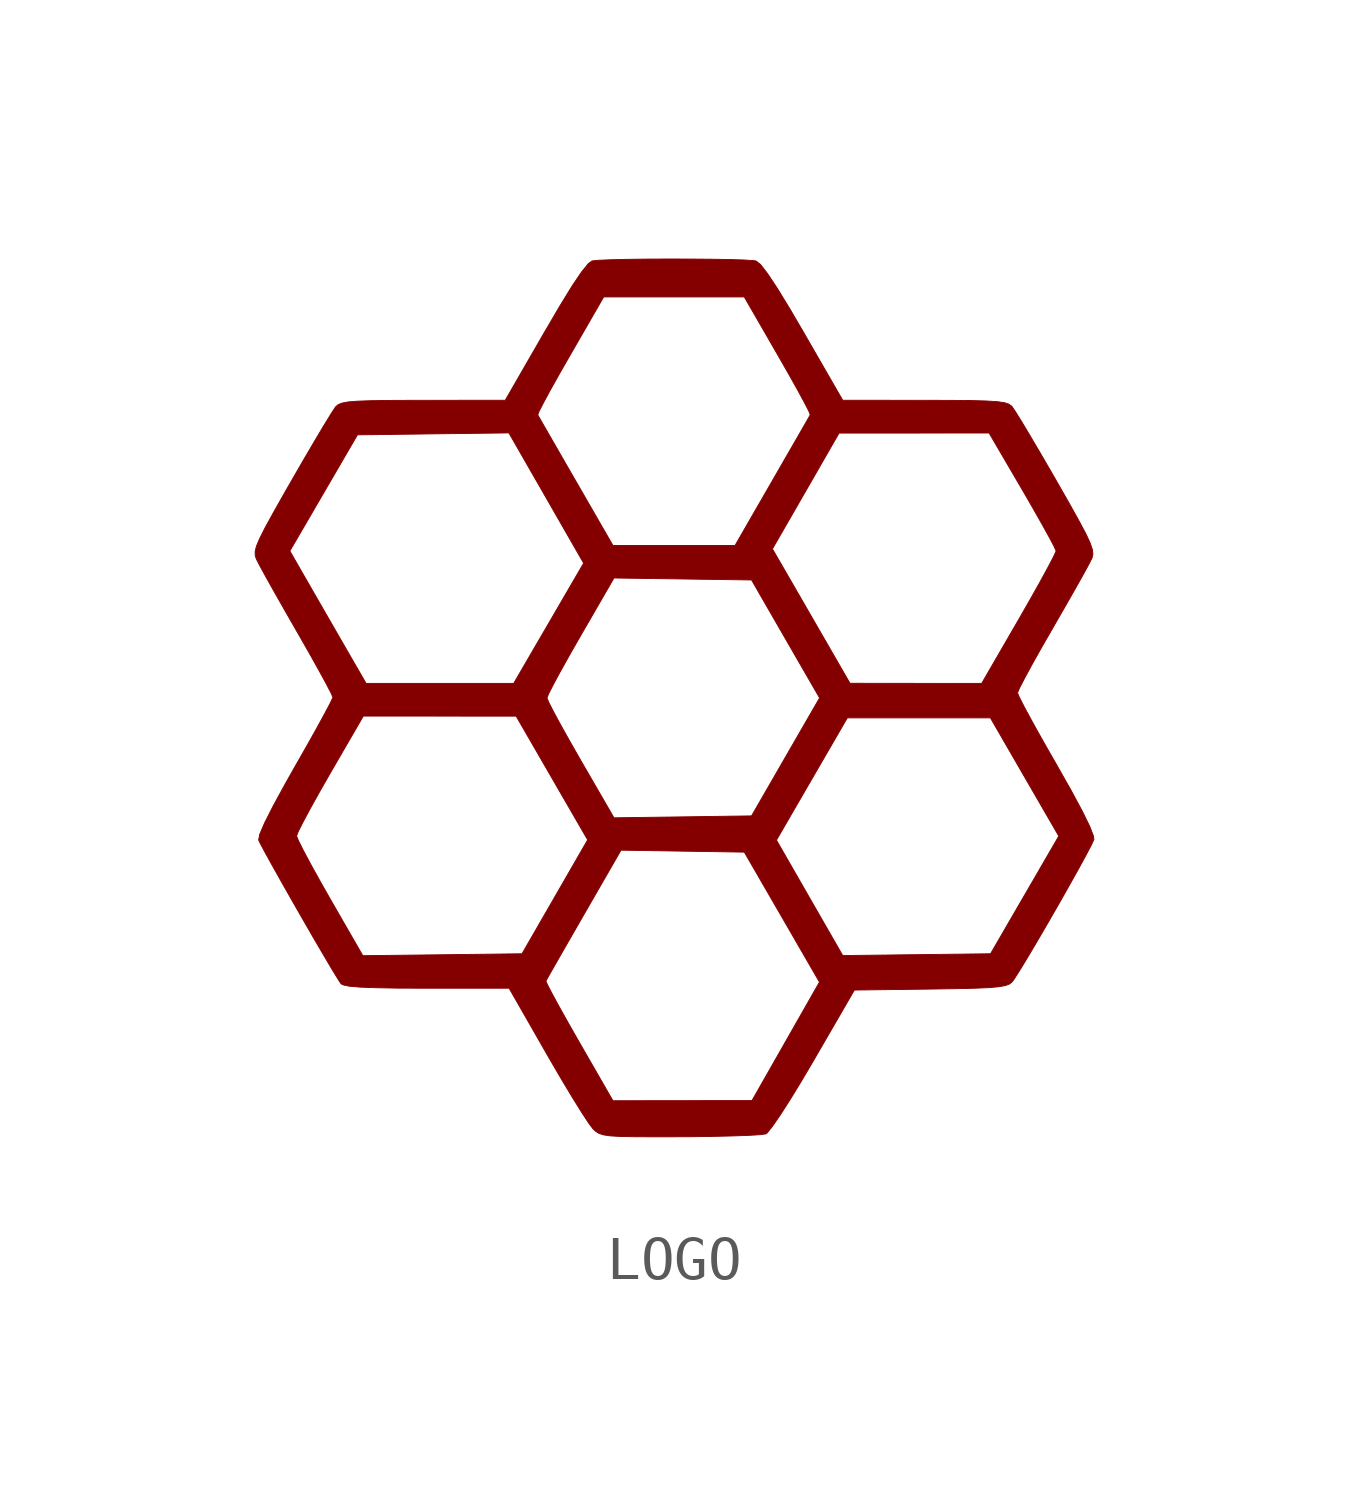
<source format=kicad_sym>
(kicad_symbol_lib
  (version 20210619)
  (generator bitmap2component)
  (symbol "LOGO"
    (pin_names
      (offset 1.016))
    (property "Reference" "#G"
      (at 0 12.065 0)
      (effects (font (size 1.27 1.27)) hide))
    (symbol "LOGO_0_0"
      (polyline (pts (xy 0.144 -10.239) (xy 0.354 -10.238) (xy 0.888 -10.231) (xy 1.362 -10.22) (xy 1.747 -10.206) (xy 2.018 -10.19) (xy 2.146 -10.171) (xy 2.176 -10.147) (xy 2.296 -9.997) (xy 2.479 -9.732) (xy 2.709 -9.373) (xy 2.972 -8.943) (xy 3.255 -8.463) (xy 4.209 -6.816) (xy 5.987 -6.793) (xy 6.523 -6.785) (xy 6.994 -6.774) (xy 7.338 -6.76) (xy 7.578 -6.739) (xy 7.735 -6.711) (xy 7.832 -6.673) (xy 7.891 -6.623) (xy 7.936 -6.562) (xy 8.065 -6.36) (xy 8.249 -6.058) (xy 8.471 -5.683) (xy 8.717 -5.261) (xy 8.97 -4.822) (xy 9.214 -4.391) (xy 9.435 -3.996) (xy 9.616 -3.664) (xy 9.742 -3.424) (xy 9.797 -3.302) (xy 9.789 -3.229) (xy 9.703 -3.004) (xy 9.529 -2.647) (xy 9.269 -2.163) (xy 8.927 -1.559) (xy 8.826 -1.383) (xy 8.567 -0.928) (xy 8.344 -0.527) (xy 8.17 -0.204) (xy 8.056 0.018) (xy 8.015 0.117) (xy 8.015 0.119) (xy 8.06 0.227) (xy 8.178 0.455) (xy 8.353 0.779) (xy 8.575 1.174) (xy 8.829 1.616) (xy 8.829 1.616) (xy 9.09 2.07) (xy 9.328 2.486) (xy 9.526 2.838) (xy 9.669 3.098) (xy 9.742 3.239) (xy 9.756 3.271) (xy 9.774 3.356) (xy 9.762 3.463) (xy 9.711 3.613) (xy 9.612 3.826) (xy 9.454 4.123) (xy 9.23 4.525) (xy 8.929 5.053) (xy 8.831 5.223) (xy 8.561 5.689) (xy 8.317 6.102) (xy 8.115 6.441) (xy 7.967 6.679) (xy 7.889 6.795) (xy 7.874 6.811) (xy 7.811 6.855) (xy 7.709 6.889) (xy 7.545 6.912) (xy 7.3 6.928) (xy 6.95 6.938) (xy 6.474 6.942) (xy 5.85 6.944) (xy 3.937 6.945) (xy 3.014 8.546) (xy 2.709 9.068) (xy 2.412 9.555) (xy 2.183 9.9) (xy 2.019 10.112) (xy 1.914 10.195) (xy 1.855 10.204) (xy 1.632 10.218) (xy 1.29 10.229) (xy 0.859 10.236) (xy 0.373 10.24) (xy -0.137 10.241) (xy -0.638 10.239) (xy -1.098 10.233) (xy -1.486 10.223) (xy -1.768 10.211) (xy -1.914 10.195) (xy -1.998 10.133) (xy -2.153 9.943) (xy -2.372 9.619) (xy -2.657 9.155) (xy -3.014 8.546) (xy -3.937 6.945) (xy -5.85 6.944) (xy -6.056 6.944) (xy -6.633 6.941) (xy -7.069 6.935) (xy -7.385 6.924) (xy -7.604 6.906) (xy -7.746 6.879) (xy -7.835 6.843) (xy -7.891 6.795) (xy -7.91 6.77) (xy -8.014 6.609) (xy -8.016 6.605) (xy -3.179 6.605) (xy -3.148 6.686) (xy -3.043 6.89) (xy -2.879 7.194) (xy -2.667 7.572) (xy -2.421 8.002) (xy -1.64 9.356) (xy 1.64 9.356) (xy 2.421 8.002) (xy 2.663 7.579) (xy 2.876 7.2) (xy 3.041 6.895) (xy 3.147 6.689) (xy 3.179 6.605) (xy 3.175 6.598) (xy 3.109 6.482) (xy 2.975 6.248) (xy 2.785 5.918) (xy 2.552 5.514) (xy 2.29 5.059) (xy 1.424 3.556) (xy -1.424 3.556) (xy -2.29 5.059) (xy -2.356 5.173) (xy -2.612 5.617) (xy -2.835 6.005) (xy -3.013 6.315) (xy -3.132 6.522) (xy -3.179 6.605) (xy -8.016 6.605) (xy -8.183 6.333) (xy -8.401 5.966) (xy -8.656 5.531) (xy -8.931 5.054) (xy -9.09 4.777) (xy -9.351 4.315) (xy -9.541 3.969) (xy -9.668 3.716) (xy -9.743 3.538) (xy -9.769 3.429) (xy -8.962 3.429) (xy -7.385 6.138) (xy -5.619 6.161) (xy -3.852 6.183) (xy -2.98 4.664) (xy -2.299 3.477) (xy 2.297 3.477) (xy 3.075 4.829) (xy 3.852 6.18) (xy 5.602 6.18) (xy 7.352 6.181) (xy 8.132 4.847) (xy 8.365 4.444) (xy 8.584 4.058) (xy 8.758 3.744) (xy 8.873 3.526) (xy 8.915 3.429) (xy 8.912 3.419) (xy 8.854 3.292) (xy 8.726 3.047) (xy 8.541 2.708) (xy 8.311 2.299) (xy 8.049 1.841) (xy 7.179 0.339) (xy 5.643 0.34) (xy 4.106 0.342) (xy 3.202 1.909) (xy 2.297 3.477) (xy -2.299 3.477) (xy -2.108 3.144) (xy -2.924 1.741) (xy -3.74 0.339) (xy -7.184 0.339) (xy -7.88 1.545) (xy -8.022 1.792) (xy -8.267 2.217) (xy -8.486 2.598) (xy -8.66 2.9) (xy -8.769 3.09) (xy -8.962 3.429) (xy -9.769 3.429) (xy -9.773 3.411) (xy -9.77 3.317) (xy -9.741 3.233) (xy -9.737 3.226) (xy -9.657 3.072) (xy -9.508 2.8) (xy -9.305 2.438) (xy -9.063 2.013) (xy -8.798 1.55) (xy -8.757 1.48) (xy -8.504 1.036) (xy -8.285 0.644) (xy -8.112 0.327) (xy -7.999 0.11) (xy -7.959 0.015) (xy -7.963 0.000100) (xy -7.963 0) (xy -2.963 0) (xy -2.926 0.094) (xy -2.816 0.311) (xy -2.646 0.625) (xy -2.43 1.012) (xy -2.182 1.446) (xy -1.4 2.798) (xy 0.205 2.775) (xy 1.81 2.752) (xy 2.603 1.376) (xy 3.397 0) (xy 1.81 -2.752) (xy 0.205 -2.775) (xy -1.4 -2.797) (xy -2.182 -1.446) (xy -2.421 -1.028) (xy -2.638 -0.639) (xy -2.81 -0.322) (xy -2.923 -0.1) (xy -2.963 0) (xy -7.963 0) (xy -8.027 -0.135) (xy -8.161 -0.387) (xy -8.35 -0.733) (xy -8.584 -1.15) (xy -8.849 -1.614) (xy -9.072 -2.009) (xy -9.352 -2.522) (xy -9.551 -2.915) (xy -9.665 -3.181) (xy -9.672 -3.219) (xy -8.805 -3.219) (xy -8.769 -3.123) (xy -8.659 -2.904) (xy -8.49 -2.588) (xy -8.275 -2.201) (xy -8.027 -1.767) (xy -7.248 -0.423) (xy -5.465 -0.424) (xy -3.683 -0.425) (xy -2.014 -3.312) (xy -2.018 -3.318) (xy 2.391 -3.318) (xy 3.217 -1.892) (xy 4.044 -0.466) (xy 7.383 -0.466) (xy 8.978 -3.224) (xy 8.182 -4.597) (xy 7.386 -5.969) (xy 5.661 -5.99) (xy 3.937 -6.011) (xy 3.164 -4.665) (xy 2.391 -3.318) (xy -2.018 -3.318) (xy -3.546 -5.969) (xy -5.403 -5.992) (xy -7.26 -6.014) (xy -8.033 -4.671) (xy -8.264 -4.263) (xy -8.481 -3.871) (xy -8.652 -3.55) (xy -8.765 -3.324) (xy -8.805 -3.219) (xy -9.672 -3.219) (xy -9.691 -3.313) (xy -9.651 -3.398) (xy -9.537 -3.612) (xy -9.365 -3.923) (xy -9.152 -4.303) (xy -8.911 -4.727) (xy -8.659 -5.167) (xy -8.412 -5.596) (xy -8.183 -5.987) (xy -7.99 -6.314) (xy -7.846 -6.55) (xy -7.81 -6.606) (xy -2.988 -6.606) (xy -2.984 -6.598) (xy -2.92 -6.482) (xy -2.786 -6.247) (xy -2.597 -5.916) (xy -2.365 -5.512) (xy -2.103 -5.057) (xy -1.236 -3.552) (xy 0.202 -3.575) (xy 1.641 -3.598) (xy 2.518 -5.114) (xy 3.394 -6.63) (xy 2.607 -8.012) (xy 1.82 -9.394) (xy 0.198 -9.396) (xy -1.425 -9.398) (xy -2.215 -8.024) (xy -2.22 -8.016) (xy -2.467 -7.582) (xy -2.68 -7.201) (xy -2.846 -6.896) (xy -2.953 -6.689) (xy -2.988 -6.606) (xy -7.81 -6.606) (xy -7.769 -6.668) (xy -7.722 -6.695) (xy -7.577 -6.726) (xy -7.324 -6.748) (xy -6.948 -6.762) (xy -6.434 -6.771) (xy -5.766 -6.773) (xy -3.847 -6.773) (xy -2.962 -8.319) (xy -2.895 -8.436) (xy -2.622 -8.903) (xy -2.369 -9.324) (xy -2.152 -9.673) (xy -1.987 -9.925) (xy -1.889 -10.054) (xy -1.829 -10.111) (xy -1.754 -10.159) (xy -1.649 -10.194) (xy -1.49 -10.218) (xy -1.255 -10.232) (xy -0.919 -10.238) (xy -0.461 -10.24) (xy 0.144 -10.239)) (stroke (width 0.01)) (fill (type outline))))))
</source>
